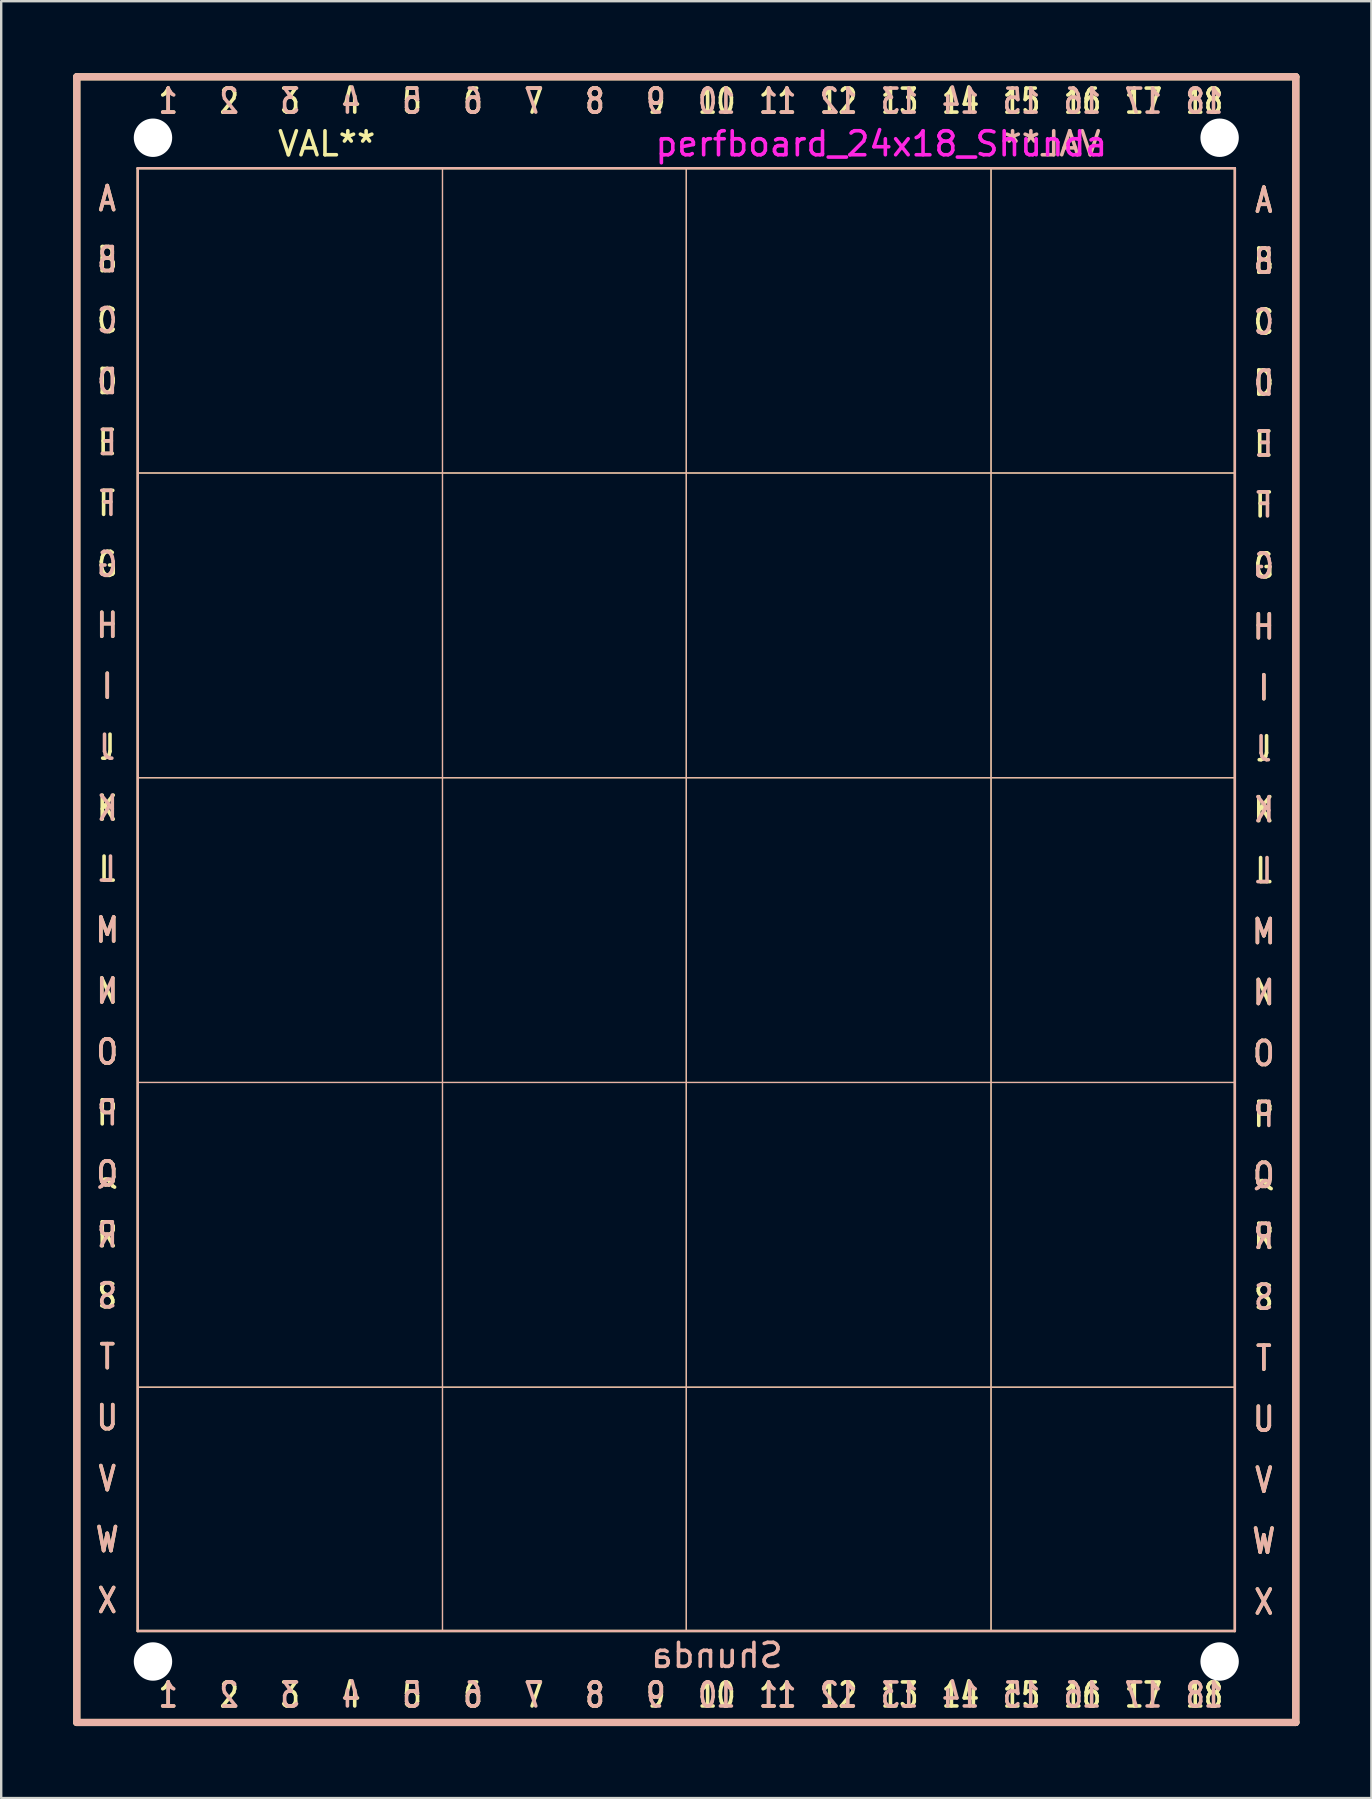
<source format=kicad_pcb>
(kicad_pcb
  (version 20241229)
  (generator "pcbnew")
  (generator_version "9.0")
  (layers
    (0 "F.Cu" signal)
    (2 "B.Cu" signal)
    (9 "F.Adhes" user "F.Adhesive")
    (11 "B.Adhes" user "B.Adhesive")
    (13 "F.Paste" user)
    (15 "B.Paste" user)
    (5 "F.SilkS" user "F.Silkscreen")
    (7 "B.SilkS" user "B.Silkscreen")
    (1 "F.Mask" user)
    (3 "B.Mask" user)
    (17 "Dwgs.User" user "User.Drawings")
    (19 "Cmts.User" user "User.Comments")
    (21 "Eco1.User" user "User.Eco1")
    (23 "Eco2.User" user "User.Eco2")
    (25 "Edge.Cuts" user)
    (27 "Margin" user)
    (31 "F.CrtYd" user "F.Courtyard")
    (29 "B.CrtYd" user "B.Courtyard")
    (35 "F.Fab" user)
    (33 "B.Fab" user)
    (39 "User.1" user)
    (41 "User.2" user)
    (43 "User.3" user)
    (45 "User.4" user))
  (footprint "perfboard_24x18_Shunda"
    (layer "F.Cu")
    (at 26.82 35.71)
    (property "Reference" "perfboard_24x18_Shunda" (at 6.858 -32.766 0) (layer "F.CrtYd") (effects (font (size 1 1) (thickness 0.15))))
    (attr exclude_from_pos_files exclude_from_bom)
    (fp_line (start -26.67 -35.56) (end -26.67 33.02) (stroke (width 0.3) (type solid)) (layer "F.SilkS"))
    (fp_line (start -26.67 33.02) (end 24.13 33.02) (stroke (width 0.3) (type solid)) (layer "F.SilkS"))
    (fp_line (start -24.13 -31.75) (end -24.13 29.21) (stroke (width 0.1) (type solid)) (layer "F.SilkS"))
    (fp_line (start -24.13 -19.05) (end 21.59 -19.05) (stroke (width 0.05) (type solid)) (layer "F.SilkS"))
    (fp_line (start -24.13 -6.35) (end 21.59 -6.35) (stroke (width 0.05) (type solid)) (layer "F.SilkS"))
    (fp_line (start -24.13 6.35) (end 21.59 6.35) (stroke (width 0.05) (type solid)) (layer "F.SilkS"))
    (fp_line (start -24.13 19.05) (end 21.59 19.05) (stroke (width 0.05) (type solid)) (layer "F.SilkS"))
    (fp_line (start -24.13 29.21) (end 21.59 29.21) (stroke (width 0.1) (type solid)) (layer "F.SilkS"))
    (fp_line (start -11.43 29.21) (end -11.43 -31.75) (stroke (width 0.05) (type solid)) (layer "F.SilkS"))
    (fp_line (start -1.27 29.21) (end -1.27 -31.75) (stroke (width 0.05) (type solid)) (layer "F.SilkS"))
    (fp_line (start 11.43 29.21) (end 11.43 -31.75) (stroke (width 0.05) (type solid)) (layer "F.SilkS"))
    (fp_line (start 21.59 -31.75) (end -24.13 -31.75) (stroke (width 0.1) (type solid)) (layer "F.SilkS"))
    (fp_line (start 21.59 29.21) (end 21.59 -31.75) (stroke (width 0.1) (type solid)) (layer "F.SilkS"))
    (fp_line (start 24.13 -35.56) (end -26.67 -35.56) (stroke (width 0.3) (type solid)) (layer "F.SilkS"))
    (fp_line (start 24.13 33.02) (end 24.13 -35.56) (stroke (width 0.3) (type solid)) (layer "F.SilkS"))
    (fp_line (start -26.67 -35.56) (end -26.67 33.02) (stroke (width 0.3) (type solid)) (layer "B.SilkS"))
    (fp_line (start -26.67 33.02) (end 24.13 33.02) (stroke (width 0.3) (type solid)) (layer "B.SilkS"))
    (fp_line (start -24.13 -31.75) (end -24.13 29.21) (stroke (width 0.1) (type solid)) (layer "B.SilkS"))
    (fp_line (start -24.13 -19.05) (end 21.59 -19.05) (stroke (width 0.05) (type solid)) (layer "B.SilkS"))
    (fp_line (start -24.13 -6.35) (end 21.59 -6.35) (stroke (width 0.05) (type solid)) (layer "B.SilkS"))
    (fp_line (start -24.13 6.35) (end 21.59 6.35) (stroke (width 0.05) (type solid)) (layer "B.SilkS"))
    (fp_line (start -24.13 19.05) (end 21.59 19.05) (stroke (width 0.05) (type solid)) (layer "B.SilkS"))
    (fp_line (start -24.13 29.21) (end 21.59 29.21) (stroke (width 0.1) (type solid)) (layer "B.SilkS"))
    (fp_line (start -11.43 29.21) (end -11.43 -31.75) (stroke (width 0.05) (type solid)) (layer "B.SilkS"))
    (fp_line (start -1.27 29.21) (end -1.27 -31.75) (stroke (width 0.05) (type solid)) (layer "B.SilkS"))
    (fp_line (start 11.43 29.21) (end 11.43 -31.75) (stroke (width 0.05) (type solid)) (layer "B.SilkS"))
    (fp_line (start 21.59 -31.75) (end -24.13 -31.75) (stroke (width 0.1) (type solid)) (layer "B.SilkS"))
    (fp_line (start 21.59 29.21) (end 21.59 -31.75) (stroke (width 0.1) (type solid)) (layer "B.SilkS"))
    (fp_line (start 24.13 -35.56) (end -26.67 -35.56) (stroke (width 0.3) (type solid)) (layer "B.SilkS"))
    (fp_line (start 24.13 33.02) (end 24.13 -35.56) (stroke (width 0.3) (type solid)) (layer "B.SilkS"))
    (fp_text user "6" (at -10.16 31.877 0) (layer "F.SilkS") (effects (font (size 1 0.8) (thickness 0.15))))
    (fp_text user "F" (at 22.797 -17.716 180) (layer "F.SilkS") (effects (font (size 1 0.8) (thickness 0.15))))
    (fp_text user "C" (at 22.797 -25.337 180) (layer "F.SilkS") (effects (font (size 1 0.8) (thickness 0.15))))
    (fp_text user "B" (at -25.4 -27.94 180) (layer "F.SilkS") (effects (font (size 1 0.8) (thickness 0.15))))
    (fp_text user "I" (at 22.797 -10.097 180) (layer "F.SilkS") (effects (font (size 1 0.8) (thickness 0.15))))
    (fp_text user "I" (at -25.4 -10.16 180) (layer "F.SilkS") (effects (font (size 1 0.8) (thickness 0.15))))
    (fp_text user "Q" (at -25.4 10.16 180) (layer "F.SilkS") (effects (font (size 1 0.8) (thickness 0.15))))
    (fp_text user "O" (at -25.4 5.08 180) (layer "F.SilkS") (effects (font (size 1 0.8) (thickness 0.15))))
    (fp_text user "T" (at 22.797 17.843 180) (layer "F.SilkS") (effects (font (size 1 0.8) (thickness 0.15))))
    (fp_text user "C" (at -25.4 -25.4 180) (layer "F.SilkS") (effects (font (size 1 0.8) (thickness 0.15))))
    (fp_text user "H" (at -25.4 -12.7 180) (layer "F.SilkS") (effects (font (size 1 0.8) (thickness 0.15))))
    (fp_text user "U" (at 22.797 20.384 180) (layer "F.SilkS") (effects (font (size 1 0.8) (thickness 0.15))))
    (fp_text user "15" (at 12.7 -34.544 0) (layer "F.SilkS") (effects (font (size 1 0.8) (thickness 0.15))))
    (fp_text user "17" (at 17.78 31.877 0) (layer "F.SilkS") (effects (font (size 1 0.8) (thickness 0.15))))
    (fp_text user "6" (at -10.16 -34.544 0) (layer "F.SilkS") (effects (font (size 1 0.8) (thickness 0.15))))
    (fp_text user "G" (at 22.797 -15.177 180) (layer "F.SilkS") (effects (font (size 1 0.8) (thickness 0.15))))
    (fp_text user "12" (at 5.08 -34.544 0) (layer "F.SilkS") (effects (font (size 1 0.8) (thickness 0.15))))
    (fp_text user "E" (at 22.797 -20.256 180) (layer "F.SilkS") (effects (font (size 1 0.8) (thickness 0.15))))
    (fp_text user "18" (at 20.32 -34.544 0) (layer "F.SilkS") (effects (font (size 1 0.8) (thickness 0.15))))
    (fp_text user "2" (at -20.32 31.877 0) (layer "F.SilkS") (effects (font (size 1 0.8) (thickness 0.15))))
    (fp_text user "1" (at -22.86 31.877 0) (layer "F.SilkS") (effects (font (size 1 0.8) (thickness 0.15))))
    (fp_text user "7" (at -7.62 -34.544 0) (layer "F.SilkS") (effects (font (size 1 0.8) (thickness 0.15))))
    (fp_text user "17" (at 17.78 -34.544 0) (layer "F.SilkS") (effects (font (size 1 0.8) (thickness 0.15))))
    (fp_text user "11" (at 2.54 31.877 0) (layer "F.SilkS") (effects (font (size 1 0.8) (thickness 0.15))))
    (fp_text user "U" (at -25.4 20.32 180) (layer "F.SilkS") (effects (font (size 1 0.8) (thickness 0.15))))
    (fp_text user "J" (at 22.797 -7.556 180) (layer "F.SilkS") (effects (font (size 1 0.8) (thickness 0.15))))
    (fp_text user "14" (at 10.16 -34.544 0) (layer "F.SilkS") (effects (font (size 1 0.8) (thickness 0.15))))
    (fp_text user "S" (at 22.797 15.303 180) (layer "F.SilkS") (effects (font (size 1 0.8) (thickness 0.15))))
    (fp_text user "P" (at -25.4 7.62 180) (layer "F.SilkS") (effects (font (size 1 0.8) (thickness 0.15))))
    (fp_text user "12" (at 5.08 31.877 0) (layer "F.SilkS") (effects (font (size 1 0.8) (thickness 0.15))))
    (fp_text user "G" (at -25.4 -15.24 180) (layer "F.SilkS") (effects (font (size 1 0.8) (thickness 0.15))))
    (fp_text user "R" (at -25.4 12.7 180) (layer "F.SilkS") (effects (font (size 1 0.8) (thickness 0.15))))
    (fp_text user "10" (at 0 31.877 0) (layer "F.SilkS") (effects (font (size 1 0.8) (thickness 0.15))))
    (fp_text user "5" (at -12.7 31.877 0) (layer "F.SilkS") (effects (font (size 1 0.8) (thickness 0.15))))
    (fp_text user "F" (at -25.4 -17.78 180) (layer "F.SilkS") (effects (font (size 1 0.8) (thickness 0.15))))
    (fp_text user "14" (at 10.16 31.877 0) (layer "F.SilkS") (effects (font (size 1 0.8) (thickness 0.15))))
    (fp_text user "O" (at 22.797 5.144 180) (layer "F.SilkS") (effects (font (size 1 0.8) (thickness 0.15))))
    (fp_text user "J" (at -25.4 -7.62 180) (layer "F.SilkS") (effects (font (size 1 0.8) (thickness 0.15))))
    (fp_text user "T" (at -25.4 17.78 180) (layer "F.SilkS") (effects (font (size 1 0.8) (thickness 0.15))))
    (fp_text user "13" (at 7.62 -34.544 0) (layer "F.SilkS") (effects (font (size 1 0.8) (thickness 0.15))))
    (fp_text user "K" (at 22.797 -5.016 180) (layer "F.SilkS") (effects (font (size 1 0.8) (thickness 0.15))))
    (fp_text user "3" (at -17.78 31.877 0) (layer "F.SilkS") (effects (font (size 1 0.8) (thickness 0.15))))
    (fp_text user "W" (at 22.797 25.463 180) (layer "F.SilkS") (effects (font (size 1 0.8) (thickness 0.15))))
    (fp_text user "8" (at -5.08 -34.544 0) (layer "F.SilkS") (effects (font (size 1 0.8) (thickness 0.15))))
    (fp_text user "18" (at 20.32 31.877 0) (layer "F.SilkS") (effects (font (size 1 0.8) (thickness 0.15))))
    (fp_text user "L" (at -25.4 -2.54 180) (layer "F.SilkS") (effects (font (size 1 0.8) (thickness 0.15))))
    (fp_text user "4" (at -15.24 -34.544 0) (layer "F.SilkS") (effects (font (size 1 0.8) (thickness 0.15))))
    (fp_text user "X" (at -25.4 27.94 180) (layer "F.SilkS") (effects (font (size 1 0.8) (thickness 0.15))))
    (fp_text user "4" (at -15.24 31.877 0) (layer "F.SilkS") (effects (font (size 1 0.8) (thickness 0.15))))
    (fp_text user "M" (at -25.4 0 180) (layer "F.SilkS") (effects (font (size 1 0.8) (thickness 0.15))))
    (fp_text user "N" (at 22.797 2.603 180) (layer "F.SilkS") (effects (font (size 1 0.8) (thickness 0.15))))
    (fp_text user "W" (at -25.4 25.4 180) (layer "F.SilkS") (effects (font (size 1 0.8) (thickness 0.15))))
    (fp_text user "3" (at -17.78 -34.544 0) (layer "F.SilkS") (effects (font (size 1 0.8) (thickness 0.15))))
    (fp_text user "D" (at -25.4 -22.86 180) (layer "F.SilkS") (effects (font (size 1 0.8) (thickness 0.15))))
    (fp_text user "R" (at 22.797 12.764 180) (layer "F.SilkS") (effects (font (size 1 0.8) (thickness 0.15))))
    (fp_text user "D" (at 22.797 -22.797 180) (layer "F.SilkS") (effects (font (size 1 0.8) (thickness 0.15))))
    (fp_text user "V" (at 22.797 22.924 180) (layer "F.SilkS") (effects (font (size 1 0.8) (thickness 0.15))))
    (fp_text user "K" (at -25.4 -5.08 180) (layer "F.SilkS") (effects (font (size 1 0.8) (thickness 0.15))))
    (fp_text user "H" (at 22.797 -12.636 180) (layer "F.SilkS") (effects (font (size 1 0.8) (thickness 0.15))))
    (fp_text user "M" (at 22.797 0.064 180) (layer "F.SilkS") (effects (font (size 1 0.8) (thickness 0.15))))
    (fp_text user "15" (at 12.7 31.877 0) (layer "F.SilkS") (effects (font (size 1 0.8) (thickness 0.15))))
    (fp_text user "7" (at -7.62 31.877 0) (layer "F.SilkS") (effects (font (size 1 0.8) (thickness 0.15))))
    (fp_text user "L" (at 22.797 -2.477 180) (layer "F.SilkS") (effects (font (size 1 0.8) (thickness 0.15))))
    (fp_text user "P" (at 22.797 7.684 180) (layer "F.SilkS") (effects (font (size 1 0.8) (thickness 0.15))))
    (fp_text user "16" (at 15.24 31.877 0) (layer "F.SilkS") (effects (font (size 1 0.8) (thickness 0.15))))
    (fp_text user "9" (at -2.54 31.877 0) (layer "F.SilkS") (effects (font (size 1 0.8) (thickness 0.15))))
    (fp_text user "Q" (at 22.797 10.223 180) (layer "F.SilkS") (effects (font (size 1 0.8) (thickness 0.15))))
    (fp_text user "9" (at -2.54 -34.544 0) (layer "F.SilkS") (effects (font (size 1 0.8) (thickness 0.15))))
    (fp_text user "E" (at -25.4 -20.32 180) (layer "F.SilkS") (effects (font (size 1 0.8) (thickness 0.15))))
    (fp_text user "5" (at -12.7 -34.544 0) (layer "F.SilkS") (effects (font (size 1 0.8) (thickness 0.15))))
    (fp_text user "B" (at 22.797 -27.877 180) (layer "F.SilkS") (effects (font (size 1 0.8) (thickness 0.15))))
    (fp_text user "N" (at -25.4 2.54 180) (layer "F.SilkS") (effects (font (size 1 0.8) (thickness 0.15))))
    (fp_text user "11" (at 2.54 -34.544 0) (layer "F.SilkS") (effects (font (size 1 0.8) (thickness 0.15))))
    (fp_text user "1" (at -22.86 -34.544 0) (layer "F.SilkS") (effects (font (size 1 0.8) (thickness 0.15))))
    (fp_text user "10" (at 0 -34.544 0) (layer "F.SilkS") (effects (font (size 1 0.8) (thickness 0.15))))
    (fp_text user "16" (at 15.24 -34.544 0) (layer "F.SilkS") (effects (font (size 1 0.8) (thickness 0.15))))
    (fp_text user "S" (at -25.4 15.24 180) (layer "F.SilkS") (effects (font (size 1 0.8) (thickness 0.15))))
    (fp_text user "A" (at 22.797 -30.416 180) (layer "F.SilkS") (effects (font (size 1 0.8) (thickness 0.15))))
    (fp_text user "A" (at -25.4 -30.48 180) (layer "F.SilkS") (effects (font (size 1 0.8) (thickness 0.15))))
    (fp_text user "VAL**" (at -16.256 -32.766 0) (layer "F.SilkS") (effects (font (size 1 1) (thickness 0.15))))
    (fp_text user "13" (at 7.62 31.877 0) (layer "F.SilkS") (effects (font (size 1 0.8) (thickness 0.15))))
    (fp_text user "X" (at 22.797 28.003 180) (layer "F.SilkS") (effects (font (size 1 0.8) (thickness 0.15))))
    (fp_text user "8" (at -5.08 31.877 0) (layer "F.SilkS") (effects (font (size 1 0.8) (thickness 0.15))))
    (fp_text user "V" (at -25.4 22.86 180) (layer "F.SilkS") (effects (font (size 1 0.8) (thickness 0.15))))
    (fp_text user "2" (at -20.32 -34.544 0) (layer "F.SilkS") (effects (font (size 1 0.8) (thickness 0.15))))
    (fp_text user "17" (at 17.78 -34.544 0) (layer "B.SilkS") (effects (font (size 1 0.8) (thickness 0.15)) (justify mirror)))
    (fp_text user "9" (at -2.54 -34.544 0) (layer "B.SilkS") (effects (font (size 1 0.8) (thickness 0.15)) (justify mirror)))
    (fp_text user "13" (at 7.62 -34.544 0) (layer "B.SilkS") (effects (font (size 1 0.8) (thickness 0.15)) (justify mirror)))
    (fp_text user "E" (at 22.797 -20.256 180) (layer "B.SilkS") (effects (font (size 1 0.8) (thickness 0.15)) (justify mirror)))
    (fp_text user "C" (at -25.4 -25.4 180) (layer "B.SilkS") (effects (font (size 1 0.8) (thickness 0.15)) (justify mirror)))
    (fp_text user "M" (at 22.797 0.064 180) (layer "B.SilkS") (effects (font (size 1 0.8) (thickness 0.15)) (justify mirror)))
    (fp_text user "6" (at -10.16 31.877 0) (layer "B.SilkS") (effects (font (size 1 0.8) (thickness 0.15)) (justify mirror)))
    (fp_text user "4" (at -15.24 -34.544 0) (layer "B.SilkS") (effects (font (size 1 0.8) (thickness 0.15)) (justify mirror)))
    (fp_text user "4" (at -15.24 31.877 0) (layer "B.SilkS") (effects (font (size 1 0.8) (thickness 0.15)) (justify mirror)))
    (fp_text user "F" (at -25.4 -17.78 180) (layer "B.SilkS") (effects (font (size 1 0.8) (thickness 0.15)) (justify mirror)))
    (fp_text user "2" (at -20.32 31.877 0) (layer "B.SilkS") (effects (font (size 1 0.8) (thickness 0.15)) (justify mirror)))
    (fp_text user "Shunda" (at 0 30.226 0) (layer "B.SilkS") (effects (font (size 1 1) (thickness 0.15)) (justify mirror)))
    (fp_text user "L" (at 22.797 -2.477 180) (layer "B.SilkS") (effects (font (size 1 0.8) (thickness 0.15)) (justify mirror)))
    (fp_text user "16" (at 15.24 -34.544 0) (layer "B.SilkS") (effects (font (size 1 0.8) (thickness 0.15)) (justify mirror)))
    (fp_text user "H" (at 22.797 -12.636 180) (layer "B.SilkS") (effects (font (size 1 0.8) (thickness 0.15)) (justify mirror)))
    (fp_text user "Q" (at -25.4 10.16 180) (layer "B.SilkS") (effects (font (size 1 0.8) (thickness 0.15)) (justify mirror)))
    (fp_text user "J" (at -25.4 -7.62 180) (layer "B.SilkS") (effects (font (size 1 0.8) (thickness 0.15)) (justify mirror)))
    (fp_text user "14" (at 10.16 31.877 0) (layer "B.SilkS") (effects (font (size 1 0.8) (thickness 0.15)) (justify mirror)))
    (fp_text user "7" (at -7.62 -34.544 0) (layer "B.SilkS") (effects (font (size 1 0.8) (thickness 0.15)) (justify mirror)))
    (fp_text user "H" (at -25.4 -12.7 180) (layer "B.SilkS") (effects (font (size 1 0.8) (thickness 0.15)) (justify mirror)))
    (fp_text user "10" (at 0 31.877 0) (layer "B.SilkS") (effects (font (size 1 0.8) (thickness 0.15)) (justify mirror)))
    (fp_text user "11" (at 2.54 -34.544 0) (layer "B.SilkS") (effects (font (size 1 0.8) (thickness 0.15)) (justify mirror)))
    (fp_text user "J" (at 22.797 -7.556 180) (layer "B.SilkS") (effects (font (size 1 0.8) (thickness 0.15)) (justify mirror)))
    (fp_text user "15" (at 12.7 31.877 0) (layer "B.SilkS") (effects (font (size 1 0.8) (thickness 0.15)) (justify mirror)))
    (fp_text user "V" (at -25.4 22.86 180) (layer "B.SilkS") (effects (font (size 1 0.8) (thickness 0.15)) (justify mirror)))
    (fp_text user "7" (at -7.62 31.877 0) (layer "B.SilkS") (effects (font (size 1 0.8) (thickness 0.15)) (justify mirror)))
    (fp_text user "8" (at -5.08 31.877 0) (layer "B.SilkS") (effects (font (size 1 0.8) (thickness 0.15)) (justify mirror)))
    (fp_text user "V" (at 22.797 22.924 180) (layer "B.SilkS") (effects (font (size 1 0.8) (thickness 0.15)) (justify mirror)))
    (fp_text user "X" (at 22.797 28.003 180) (layer "B.SilkS") (effects (font (size 1 0.8) (thickness 0.15)) (justify mirror)))
    (fp_text user "S" (at -25.4 15.24 180) (layer "B.SilkS") (effects (font (size 1 0.8) (thickness 0.15)) (justify mirror)))
    (fp_text user "3" (at -17.78 31.877 0) (layer "B.SilkS") (effects (font (size 1 0.8) (thickness 0.15)) (justify mirror)))
    (fp_text user "P" (at 22.797 7.684 180) (layer "B.SilkS") (effects (font (size 1 0.8) (thickness 0.15)) (justify mirror)))
    (fp_text user "U" (at 22.797 20.384 180) (layer "B.SilkS") (effects (font (size 1 0.8) (thickness 0.15)) (justify mirror)))
    (fp_text user "10" (at 0 -34.544 0) (layer "B.SilkS") (effects (font (size 1 0.8) (thickness 0.15)) (justify mirror)))
    (fp_text user "A" (at 22.797 -30.416 180) (layer "B.SilkS") (effects (font (size 1 0.8) (thickness 0.15)) (justify mirror)))
    (fp_text user "G" (at 22.797 -15.177 180) (layer "B.SilkS") (effects (font (size 1 0.8) (thickness 0.15)) (justify mirror)))
    (fp_text user "9" (at -2.54 31.877 0) (layer "B.SilkS") (effects (font (size 1 0.8) (thickness 0.15)) (justify mirror)))
    (fp_text user "L" (at -25.4 -2.54 180) (layer "B.SilkS") (effects (font (size 1 0.8) (thickness 0.15)) (justify mirror)))
    (fp_text user "B" (at 22.797 -27.877 180) (layer "B.SilkS") (effects (font (size 1 0.8) (thickness 0.15)) (justify mirror)))
    (fp_text user "6" (at -10.16 -34.544 0) (layer "B.SilkS") (effects (font (size 1 0.8) (thickness 0.15)) (justify mirror)))
    (fp_text user "N" (at -25.4 2.54 180) (layer "B.SilkS") (effects (font (size 1 0.8) (thickness 0.15)) (justify mirror)))
    (fp_text user "K" (at -25.4 -5.08 180) (layer "B.SilkS") (effects (font (size 1 0.8) (thickness 0.15)) (justify mirror)))
    (fp_text user "I" (at 22.797 -10.097 180) (layer "B.SilkS") (effects (font (size 1 0.8) (thickness 0.15)) (justify mirror)))
    (fp_text user "3" (at -17.78 -34.544 0) (layer "B.SilkS") (effects (font (size 1 0.8) (thickness 0.15)) (justify mirror)))
    (fp_text user "O" (at 22.797 5.144 180) (layer "B.SilkS") (effects (font (size 1 0.8) (thickness 0.15)) (justify mirror)))
    (fp_text user "B" (at -25.4 -27.94 180) (layer "B.SilkS") (effects (font (size 1 0.8) (thickness 0.15)) (justify mirror)))
    (fp_text user "G" (at -25.4 -15.24 180) (layer "B.SilkS") (effects (font (size 1 0.8) (thickness 0.15)) (justify mirror)))
    (fp_text user "W" (at -25.4 25.4 180) (layer "B.SilkS") (effects (font (size 1 0.8) (thickness 0.15)) (justify mirror)))
    (fp_text user "A" (at -25.4 -30.48 180) (layer "B.SilkS") (effects (font (size 1 0.8) (thickness 0.15)) (justify mirror)))
    (fp_text user "18" (at 20.32 31.877 0) (layer "B.SilkS") (effects (font (size 1 0.8) (thickness 0.15)) (justify mirror)))
    (fp_text user "S" (at 22.797 15.303 180) (layer "B.SilkS") (effects (font (size 1 0.8) (thickness 0.15)) (justify mirror)))
    (fp_text user "E" (at -25.4 -20.32 180) (layer "B.SilkS") (effects (font (size 1 0.8) (thickness 0.15)) (justify mirror)))
    (fp_text user "15" (at 12.7 -34.544 0) (layer "B.SilkS") (effects (font (size 1 0.8) (thickness 0.15)) (justify mirror)))
    (fp_text user "1" (at -22.86 -34.544 0) (layer "B.SilkS") (effects (font (size 1 0.8) (thickness 0.15)) (justify mirror)))
    (fp_text user "14" (at 10.16 -34.544 0) (layer "B.SilkS") (effects (font (size 1 0.8) (thickness 0.15)) (justify mirror)))
    (fp_text user "2" (at -20.32 -34.544 0) (layer "B.SilkS") (effects (font (size 1 0.8) (thickness 0.15)) (justify mirror)))
    (fp_text user "16" (at 15.24 31.877 0) (layer "B.SilkS") (effects (font (size 1 0.8) (thickness 0.15)) (justify mirror)))
    (fp_text user "P" (at -25.4 7.62 180) (layer "B.SilkS") (effects (font (size 1 0.8) (thickness 0.15)) (justify mirror)))
    (fp_text user "12" (at 5.08 31.877 0) (layer "B.SilkS") (effects (font (size 1 0.8) (thickness 0.15)) (justify mirror)))
    (fp_text user "5" (at -12.7 -34.544 0) (layer "B.SilkS") (effects (font (size 1 0.8) (thickness 0.15)) (justify mirror)))
    (fp_text user "X" (at -25.4 27.94 180) (layer "B.SilkS") (effects (font (size 1 0.8) (thickness 0.15)) (justify mirror)))
    (fp_text user "17" (at 17.78 31.877 0) (layer "B.SilkS") (effects (font (size 1 0.8) (thickness 0.15)) (justify mirror)))
    (fp_text user "T" (at 22.797 17.843 180) (layer "B.SilkS") (effects (font (size 1 0.8) (thickness 0.15)) (justify mirror)))
    (fp_text user "Q" (at 22.797 10.223 180) (layer "B.SilkS") (effects (font (size 1 0.8) (thickness 0.15)) (justify mirror)))
    (fp_text user "D" (at 22.797 -22.797 180) (layer "B.SilkS") (effects (font (size 1 0.8) (thickness 0.15)) (justify mirror)))
    (fp_text user "W" (at 22.797 25.463 180) (layer "B.SilkS") (effects (font (size 1 0.8) (thickness 0.15)) (justify mirror)))
    (fp_text user "I" (at -25.4 -10.16 180) (layer "B.SilkS") (effects (font (size 1 0.8) (thickness 0.15)) (justify mirror)))
    (fp_text user "8" (at -5.08 -34.544 0) (layer "B.SilkS") (effects (font (size 1 0.8) (thickness 0.15)) (justify mirror)))
    (fp_text user "M" (at -25.4 0 180) (layer "B.SilkS") (effects (font (size 1 0.8) (thickness 0.15)) (justify mirror)))
    (fp_text user "11" (at 2.54 31.877 0) (layer "B.SilkS") (effects (font (size 1 0.8) (thickness 0.15)) (justify mirror)))
    (fp_text user "R" (at -25.4 12.7 180) (layer "B.SilkS") (effects (font (size 1 0.8) (thickness 0.15)) (justify mirror)))
    (fp_text user "18" (at 20.32 -34.544 0) (layer "B.SilkS") (effects (font (size 1 0.8) (thickness 0.15)) (justify mirror)))
    (fp_text user "O" (at -25.4 5.08 180) (layer "B.SilkS") (effects (font (size 1 0.8) (thickness 0.15)) (justify mirror)))
    (fp_text user "12" (at 5.08 -34.544 0) (layer "B.SilkS") (effects (font (size 1 0.8) (thickness 0.15)) (justify mirror)))
    (fp_text user "N" (at 22.797 2.603 180) (layer "B.SilkS") (effects (font (size 1 0.8) (thickness 0.15)) (justify mirror)))
    (fp_text user "1" (at -22.86 31.877 0) (layer "B.SilkS") (effects (font (size 1 0.8) (thickness 0.15)) (justify mirror)))
    (fp_text user "R" (at 22.797 12.764 180) (layer "B.SilkS") (effects (font (size 1 0.8) (thickness 0.15)) (justify mirror)))
    (fp_text user "U" (at -25.4 20.32 180) (layer "B.SilkS") (effects (font (size 1 0.8) (thickness 0.15)) (justify mirror)))
    (fp_text user "K" (at 22.797 -5.016 180) (layer "B.SilkS") (effects (font (size 1 0.8) (thickness 0.15)) (justify mirror)))
    (fp_text user "T" (at -25.4 17.78 180) (layer "B.SilkS") (effects (font (size 1 0.8) (thickness 0.15)) (justify mirror)))
    (fp_text user "C" (at 22.797 -25.337 180) (layer "B.SilkS") (effects (font (size 1 0.8) (thickness 0.15)) (justify mirror)))
    (fp_text user "5" (at -12.7 31.877 0) (layer "B.SilkS") (effects (font (size 1 0.8) (thickness 0.15)) (justify mirror)))
    (fp_text user "D" (at -25.4 -22.86 180) (layer "B.SilkS") (effects (font (size 1 0.8) (thickness 0.15)) (justify mirror)))
    (fp_text user "VAL**" (at 13.97 -32.766 0) (layer "B.SilkS") (effects (font (size 1 1) (thickness 0.15)) (justify mirror)))
    (fp_text user "13" (at 7.62 31.877 0) (layer "B.SilkS") (effects (font (size 1 0.8) (thickness 0.15)) (justify mirror)))
    (fp_text user "F" (at 22.797 -17.716 180) (layer "B.SilkS") (effects (font (size 1 0.8) (thickness 0.15)) (justify mirror)))
    (pad "" np_thru_hole circle (at -23.495 -33.02) (size 1.6 1.6) (drill 1.6) (layers "*.Cu" "*.Mask"))
    (pad "" np_thru_hole circle (at -23.495 30.48) (size 1.6 1.6) (drill 1.6) (layers "*.Cu" "*.Mask"))
    (pad "" np_thru_hole circle (at 20.955 -33.02) (size 1.6 1.6) (drill 1.6) (layers "*.Cu" "*.Mask"))
    (pad "" np_thru_hole circle (at 20.955 30.48) (size 1.6 1.6) (drill 1.6) (layers "*.Cu" "*.Mask")))
  (gr_rect
    (start -3 -3)
    (end 54.1 71.88)
    (stroke (width 0.1) (type default))
    (fill no)
    (layer "Edge.Cuts")))
</source>
